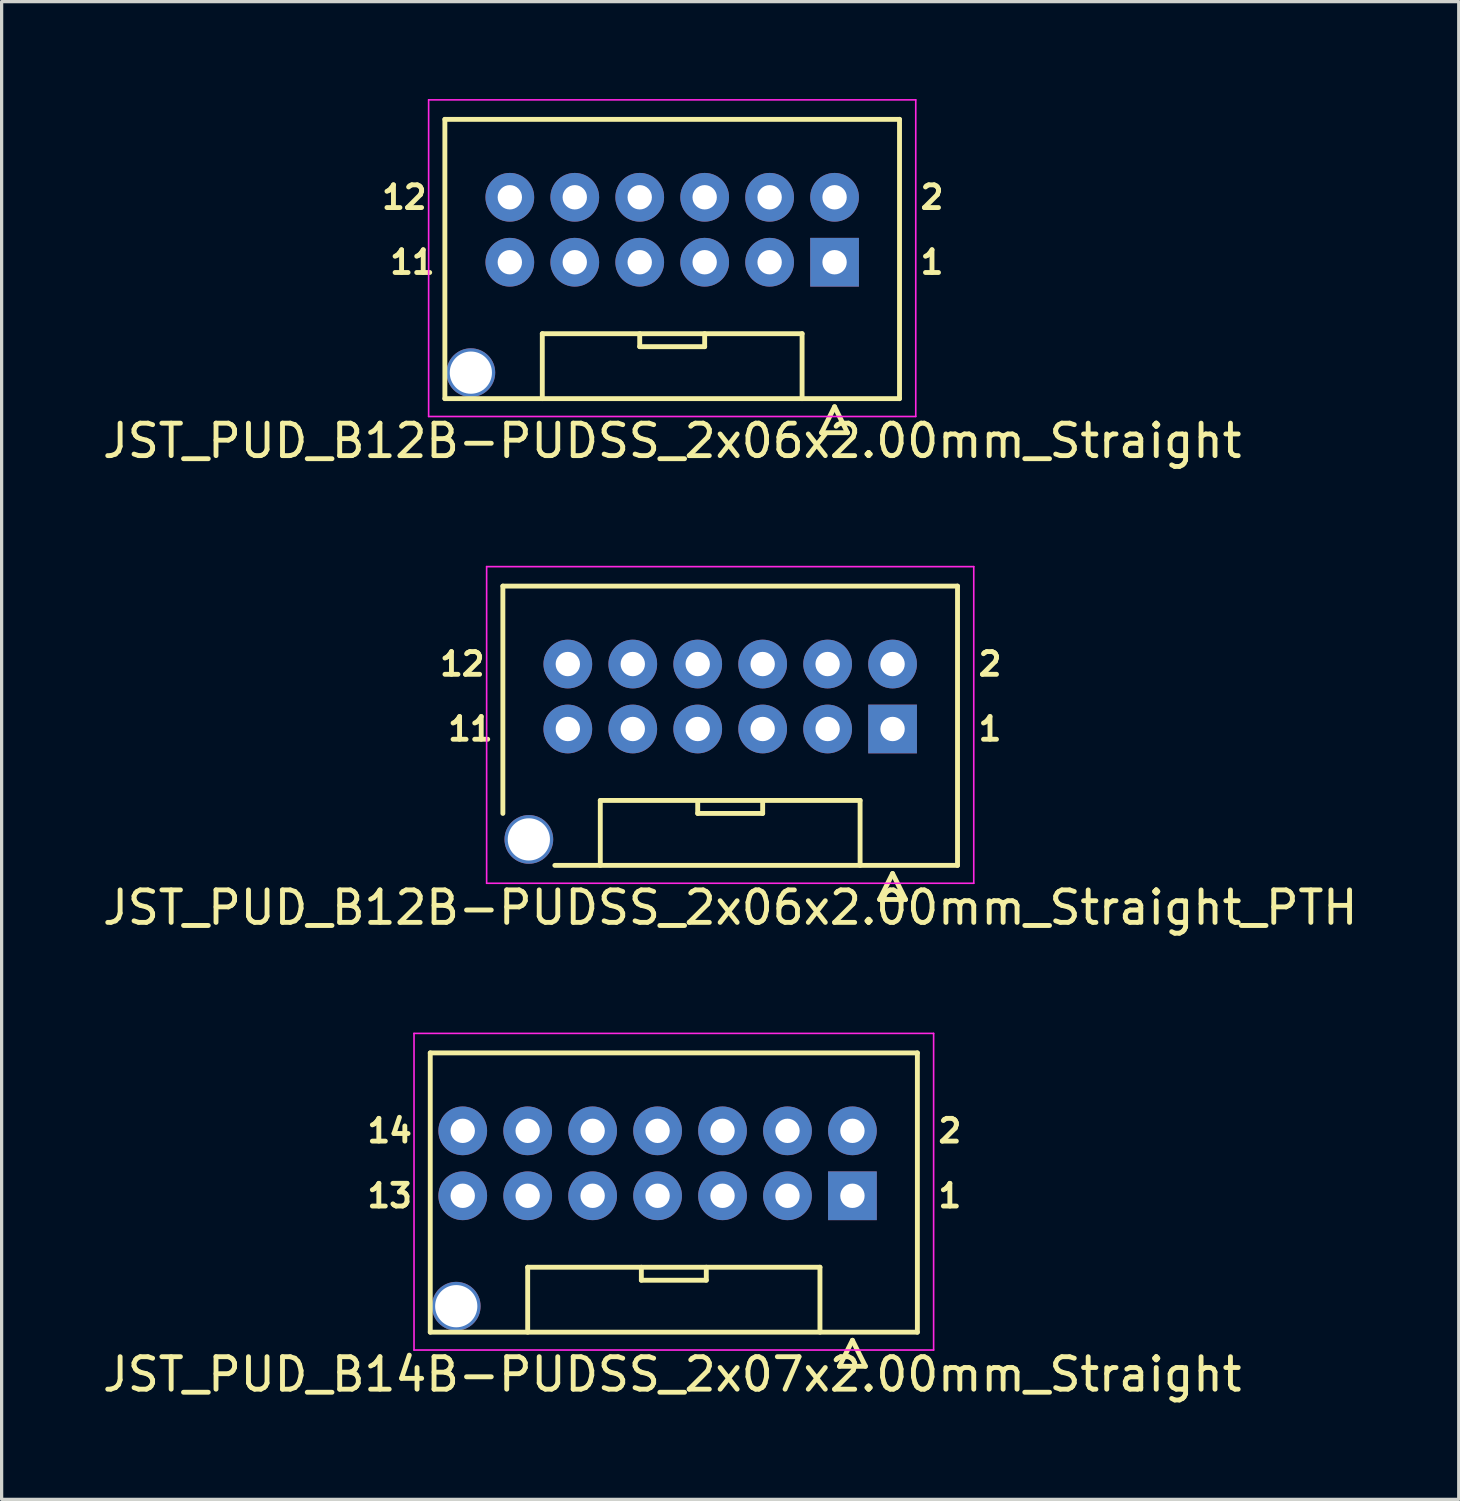
<source format=kicad_pcb>
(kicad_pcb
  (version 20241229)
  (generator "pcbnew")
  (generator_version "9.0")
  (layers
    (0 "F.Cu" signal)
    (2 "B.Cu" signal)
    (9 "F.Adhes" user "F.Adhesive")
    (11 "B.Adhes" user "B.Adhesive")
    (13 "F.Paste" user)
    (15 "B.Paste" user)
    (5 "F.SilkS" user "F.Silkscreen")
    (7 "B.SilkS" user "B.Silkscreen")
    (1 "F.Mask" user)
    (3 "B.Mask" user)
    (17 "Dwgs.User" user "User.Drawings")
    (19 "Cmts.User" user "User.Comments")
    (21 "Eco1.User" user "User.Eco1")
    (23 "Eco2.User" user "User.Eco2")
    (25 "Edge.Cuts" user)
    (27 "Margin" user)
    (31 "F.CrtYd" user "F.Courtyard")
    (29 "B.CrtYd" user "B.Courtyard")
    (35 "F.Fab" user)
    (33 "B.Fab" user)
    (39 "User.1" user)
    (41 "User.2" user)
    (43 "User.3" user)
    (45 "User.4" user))
  (footprint "JST_PUD_B12B-PUDSS_2x06x2.00mm_Straight"
    (layer "F.Cu")
    (at 22.649 5.025)
    (property "Reference" "JST_PUD_B12B-PUDSS_2x06x2.00mm_Straight" (at -5 5.5 0) (layer "F.SilkS") (effects (font (size 1 1) (thickness 0.15))))
    (attr through_hole)
    (fp_line (start -12 -4.4) (end -12 4.2) (stroke (width 0.15) (type solid)) (layer "F.SilkS"))
    (fp_line (start -12 4.2) (end 2 4.2) (stroke (width 0.15) (type solid)) (layer "F.SilkS"))
    (fp_line (start -9 2.2) (end -9 4.2) (stroke (width 0.15) (type solid)) (layer "F.SilkS"))
    (fp_line (start -6 2.6) (end -6 2.2) (stroke (width 0.15) (type solid)) (layer "F.SilkS"))
    (fp_line (start -4 2.2) (end -4 2.6) (stroke (width 0.15) (type solid)) (layer "F.SilkS"))
    (fp_line (start -4 2.6) (end -6 2.6) (stroke (width 0.15) (type solid)) (layer "F.SilkS"))
    (fp_line (start -1 2.2) (end -9 2.2) (stroke (width 0.15) (type solid)) (layer "F.SilkS"))
    (fp_line (start -1 4.2) (end -1 2.2) (stroke (width 0.15) (type solid)) (layer "F.SilkS"))
    (fp_line (start -0.4 5.25) (end 0 4.45) (stroke (width 0.15) (type solid)) (layer "F.SilkS"))
    (fp_line (start 0 4.45) (end 0.4 5.25) (stroke (width 0.15) (type solid)) (layer "F.SilkS"))
    (fp_line (start 0.4 5.25) (end -0.4 5.25) (stroke (width 0.15) (type solid)) (layer "F.SilkS"))
    (fp_line (start 2 -4.4) (end -12 -4.4) (stroke (width 0.15) (type solid)) (layer "F.SilkS"))
    (fp_line (start 2 4.2) (end 2 -4.4) (stroke (width 0.15) (type solid)) (layer "F.SilkS"))
    (fp_line (start -12.5 -5) (end 2.5 -5) (stroke (width 0.05) (type solid)) (layer "F.CrtYd"))
    (fp_line (start -12.5 4.75) (end -12.5 -5) (stroke (width 0.05) (type solid)) (layer "F.CrtYd"))
    (fp_line (start 2.5 -5) (end 2.5 4.75) (stroke (width 0.05) (type solid)) (layer "F.CrtYd"))
    (fp_line (start 2.5 4.75) (end -12.5 4.75) (stroke (width 0.05) (type solid)) (layer "F.CrtYd"))
    (fp_text user "12" (at -13.25 -2 0) (layer "F.SilkS") (effects (font (size 0.7 0.7) (thickness 0.15))))
    (fp_text user "11" (at -13 0 0) (layer "F.SilkS") (effects (font (size 0.7 0.7) (thickness 0.15))))
    (fp_text user "1" (at 3 0 0) (layer "F.SilkS") (effects (font (size 0.7 0.7) (thickness 0.15))))
    (fp_text user "2" (at 3 -2 0) (layer "F.SilkS") (effects (font (size 0.7 0.7) (thickness 0.15))))
    (pad "" thru_hole circle (at -11.2 3.4) (size 1.5 1.5) (drill 1.3) (layers "*.Cu" "*.Mask"))
    (pad "1" thru_hole rect (at 0 0) (size 1.5 1.5) (drill 0.75) (layers "*.Cu" "*.Mask"))
    (pad "2" thru_hole circle (at 0 -2) (size 1.5 1.5) (drill 0.75) (layers "*.Cu" "*.Mask"))
    (pad "3" thru_hole circle (at -2 0) (size 1.5 1.5) (drill 0.75) (layers "*.Cu" "*.Mask"))
    (pad "4" thru_hole circle (at -2 -2) (size 1.5 1.5) (drill 0.75) (layers "*.Cu" "*.Mask"))
    (pad "5" thru_hole circle (at -4 0) (size 1.5 1.5) (drill 0.75) (layers "*.Cu" "*.Mask"))
    (pad "6" thru_hole circle (at -4 -2) (size 1.5 1.5) (drill 0.75) (layers "*.Cu" "*.Mask"))
    (pad "7" thru_hole circle (at -6 0) (size 1.5 1.5) (drill 0.75) (layers "*.Cu" "*.Mask"))
    (pad "8" thru_hole circle (at -6 -2) (size 1.5 1.5) (drill 0.75) (layers "*.Cu" "*.Mask"))
    (pad "9" thru_hole circle (at -8 0) (size 1.5 1.5) (drill 0.75) (layers "*.Cu" "*.Mask"))
    (pad "10" thru_hole circle (at -8 -2) (size 1.5 1.5) (drill 0.75) (layers "*.Cu" "*.Mask"))
    (pad "11" thru_hole circle (at -10 0) (size 1.5 1.5) (drill 0.75) (layers "*.Cu" "*.Mask"))
    (pad "12" thru_hole circle (at -10 -2) (size 1.5 1.5) (drill 0.75) (layers "*.Cu" "*.Mask")))
  (footprint "JST_PUD_B12B-PUDSS_2x06x2.00mm_Straight_PTH"
    (layer "F.Cu")
    (at 24.435 19.398)
    (property "Reference" "JST_PUD_B12B-PUDSS_2x06x2.00mm_Straight_PTH" (at -5 5.5 0) (layer "F.SilkS") (effects (font (size 1 1) (thickness 0.15))))
    (attr through_hole)
    (fp_line (start -12 -4.4) (end -12 2.6) (stroke (width 0.15) (type solid)) (layer "F.SilkS"))
    (fp_line (start -10.4 4.2) (end 2 4.2) (stroke (width 0.15) (type solid)) (layer "F.SilkS"))
    (fp_line (start -9 2.2) (end -9 4.2) (stroke (width 0.15) (type solid)) (layer "F.SilkS"))
    (fp_line (start -6 2.6) (end -6 2.2) (stroke (width 0.15) (type solid)) (layer "F.SilkS"))
    (fp_line (start -4 2.2) (end -4 2.6) (stroke (width 0.15) (type solid)) (layer "F.SilkS"))
    (fp_line (start -4 2.6) (end -6 2.6) (stroke (width 0.15) (type solid)) (layer "F.SilkS"))
    (fp_line (start -1 2.2) (end -9 2.2) (stroke (width 0.15) (type solid)) (layer "F.SilkS"))
    (fp_line (start -1 4.2) (end -1 2.2) (stroke (width 0.15) (type solid)) (layer "F.SilkS"))
    (fp_line (start -0.4 5.25) (end 0 4.45) (stroke (width 0.15) (type solid)) (layer "F.SilkS"))
    (fp_line (start 0 4.45) (end 0.4 5.25) (stroke (width 0.15) (type solid)) (layer "F.SilkS"))
    (fp_line (start 0.4 5.25) (end -0.4 5.25) (stroke (width 0.15) (type solid)) (layer "F.SilkS"))
    (fp_line (start 2 -4.4) (end -12 -4.4) (stroke (width 0.15) (type solid)) (layer "F.SilkS"))
    (fp_line (start 2 4.2) (end 2 -4.4) (stroke (width 0.15) (type solid)) (layer "F.SilkS"))
    (fp_line (start -12.5 -5) (end 2.5 -5) (stroke (width 0.05) (type solid)) (layer "F.CrtYd"))
    (fp_line (start -12.5 4.75) (end -12.5 -5) (stroke (width 0.05) (type solid)) (layer "F.CrtYd"))
    (fp_line (start 2.5 -5) (end 2.5 4.75) (stroke (width 0.05) (type solid)) (layer "F.CrtYd"))
    (fp_line (start 2.5 4.75) (end -12.5 4.75) (stroke (width 0.05) (type solid)) (layer "F.CrtYd"))
    (fp_text user "2" (at 3 -2 0) (layer "F.SilkS") (effects (font (size 0.7 0.7) (thickness 0.15))))
    (fp_text user "12" (at -13.25 -2 0) (layer "F.SilkS") (effects (font (size 0.7 0.7) (thickness 0.15))))
    (fp_text user "1" (at 3 0 0) (layer "F.SilkS") (effects (font (size 0.7 0.7) (thickness 0.15))))
    (fp_text user "11" (at -13 0 0) (layer "F.SilkS") (effects (font (size 0.7 0.7) (thickness 0.15))))
    (pad "" thru_hole circle (at -11.2 3.4) (size 1.5 1.5) (drill 1.3) (layers "*.Cu" "*.Mask"))
    (pad "1" thru_hole rect (at 0 0) (size 1.5 1.5) (drill 0.75) (layers "*.Cu" "*.Mask"))
    (pad "2" thru_hole circle (at 0 -2) (size 1.5 1.5) (drill 0.75) (layers "*.Cu" "*.Mask"))
    (pad "3" thru_hole circle (at -2 0) (size 1.5 1.5) (drill 0.75) (layers "*.Cu" "*.Mask"))
    (pad "4" thru_hole circle (at -2 -2) (size 1.5 1.5) (drill 0.75) (layers "*.Cu" "*.Mask"))
    (pad "5" thru_hole circle (at -4 0) (size 1.5 1.5) (drill 0.75) (layers "*.Cu" "*.Mask"))
    (pad "6" thru_hole circle (at -4 -2) (size 1.5 1.5) (drill 0.75) (layers "*.Cu" "*.Mask"))
    (pad "7" thru_hole circle (at -6 0) (size 1.5 1.5) (drill 0.75) (layers "*.Cu" "*.Mask"))
    (pad "8" thru_hole circle (at -6 -2) (size 1.5 1.5) (drill 0.75) (layers "*.Cu" "*.Mask"))
    (pad "9" thru_hole circle (at -8 0) (size 1.5 1.5) (drill 0.75) (layers "*.Cu" "*.Mask"))
    (pad "10" thru_hole circle (at -8 -2) (size 1.5 1.5) (drill 0.75) (layers "*.Cu" "*.Mask"))
    (pad "11" thru_hole circle (at -10 0) (size 1.5 1.5) (drill 0.75) (layers "*.Cu" "*.Mask"))
    (pad "12" thru_hole circle (at -10 -2) (size 1.5 1.5) (drill 0.75) (layers "*.Cu" "*.Mask")))
  (footprint "JST_PUD_B14B-PUDSS_2x07x2.00mm_Straight"
    (layer "F.Cu")
    (at 23.199 33.772)
    (property "Reference" "JST_PUD_B14B-PUDSS_2x07x2.00mm_Straight" (at -5.55 5.5 0) (layer "F.SilkS") (effects (font (size 1 1) (thickness 0.15))))
    (attr through_hole)
    (fp_line (start -13 -4.4) (end -13 4.2) (stroke (width 0.15) (type solid)) (layer "F.SilkS"))
    (fp_line (start -13 4.2) (end 2 4.2) (stroke (width 0.15) (type solid)) (layer "F.SilkS"))
    (fp_line (start -10 2.2) (end -10 4.2) (stroke (width 0.15) (type solid)) (layer "F.SilkS"))
    (fp_line (start -6.5 2.6) (end -6.5 2.2) (stroke (width 0.15) (type solid)) (layer "F.SilkS"))
    (fp_line (start -4.5 2.2) (end -4.5 2.6) (stroke (width 0.15) (type solid)) (layer "F.SilkS"))
    (fp_line (start -4.5 2.6) (end -6.5 2.6) (stroke (width 0.15) (type solid)) (layer "F.SilkS"))
    (fp_line (start -1 2.2) (end -10 2.2) (stroke (width 0.15) (type solid)) (layer "F.SilkS"))
    (fp_line (start -1 4.2) (end -1 2.2) (stroke (width 0.15) (type solid)) (layer "F.SilkS"))
    (fp_line (start -0.4 5.25) (end 0 4.45) (stroke (width 0.15) (type solid)) (layer "F.SilkS"))
    (fp_line (start 0 4.45) (end 0.4 5.25) (stroke (width 0.15) (type solid)) (layer "F.SilkS"))
    (fp_line (start 0.4 5.25) (end -0.4 5.25) (stroke (width 0.15) (type solid)) (layer "F.SilkS"))
    (fp_line (start 2 -4.4) (end -13 -4.4) (stroke (width 0.15) (type solid)) (layer "F.SilkS"))
    (fp_line (start 2 4.2) (end 2 -4.4) (stroke (width 0.15) (type solid)) (layer "F.SilkS"))
    (fp_line (start -13.5 -5) (end 2.5 -5) (stroke (width 0.05) (type solid)) (layer "F.CrtYd"))
    (fp_line (start -13.5 4.75) (end -13.5 -5) (stroke (width 0.05) (type solid)) (layer "F.CrtYd"))
    (fp_line (start 2.5 -5) (end 2.5 4.75) (stroke (width 0.05) (type solid)) (layer "F.CrtYd"))
    (fp_line (start 2.5 4.75) (end -13.5 4.75) (stroke (width 0.05) (type solid)) (layer "F.CrtYd"))
    (fp_text user "13" (at -14.25 0 0) (layer "F.SilkS") (effects (font (size 0.7 0.7) (thickness 0.15))))
    (fp_text user "1" (at 3 0 0) (layer "F.SilkS") (effects (font (size 0.7 0.7) (thickness 0.15))))
    (fp_text user "14" (at -14.25 -2 0) (layer "F.SilkS") (effects (font (size 0.7 0.7) (thickness 0.15))))
    (fp_text user "2" (at 3 -2 0) (layer "F.SilkS") (effects (font (size 0.7 0.7) (thickness 0.15))))
    (pad "" thru_hole circle (at -12.2 3.4) (size 1.5 1.5) (drill 1.3) (layers "*.Cu" "*.Mask"))
    (pad "1" thru_hole rect (at 0 0) (size 1.5 1.5) (drill 0.75) (layers "*.Cu" "*.Mask"))
    (pad "2" thru_hole circle (at 0 -2) (size 1.5 1.5) (drill 0.75) (layers "*.Cu" "*.Mask"))
    (pad "3" thru_hole circle (at -2 0) (size 1.5 1.5) (drill 0.75) (layers "*.Cu" "*.Mask"))
    (pad "4" thru_hole circle (at -2 -2) (size 1.5 1.5) (drill 0.75) (layers "*.Cu" "*.Mask"))
    (pad "5" thru_hole circle (at -4 0) (size 1.5 1.5) (drill 0.75) (layers "*.Cu" "*.Mask"))
    (pad "6" thru_hole circle (at -4 -2) (size 1.5 1.5) (drill 0.75) (layers "*.Cu" "*.Mask"))
    (pad "7" thru_hole circle (at -6 0) (size 1.5 1.5) (drill 0.75) (layers "*.Cu" "*.Mask"))
    (pad "8" thru_hole circle (at -6 -2) (size 1.5 1.5) (drill 0.75) (layers "*.Cu" "*.Mask"))
    (pad "9" thru_hole circle (at -8 0) (size 1.5 1.5) (drill 0.75) (layers "*.Cu" "*.Mask"))
    (pad "10" thru_hole circle (at -8 -2) (size 1.5 1.5) (drill 0.75) (layers "*.Cu" "*.Mask"))
    (pad "11" thru_hole circle (at -10 0) (size 1.5 1.5) (drill 0.75) (layers "*.Cu" "*.Mask"))
    (pad "12" thru_hole circle (at -10 -2) (size 1.5 1.5) (drill 0.75) (layers "*.Cu" "*.Mask"))
    (pad "13" thru_hole circle (at -12 0) (size 1.5 1.5) (drill 0.75) (layers "*.Cu" "*.Mask"))
    (pad "14" thru_hole circle (at -12 -2) (size 1.5 1.5) (drill 0.75) (layers "*.Cu" "*.Mask")))
  (gr_rect
    (start -3 -3)
    (end 41.869 43.12)
    (stroke (width 0.1) (type default))
    (fill no)
    (layer "Edge.Cuts")))
</source>
